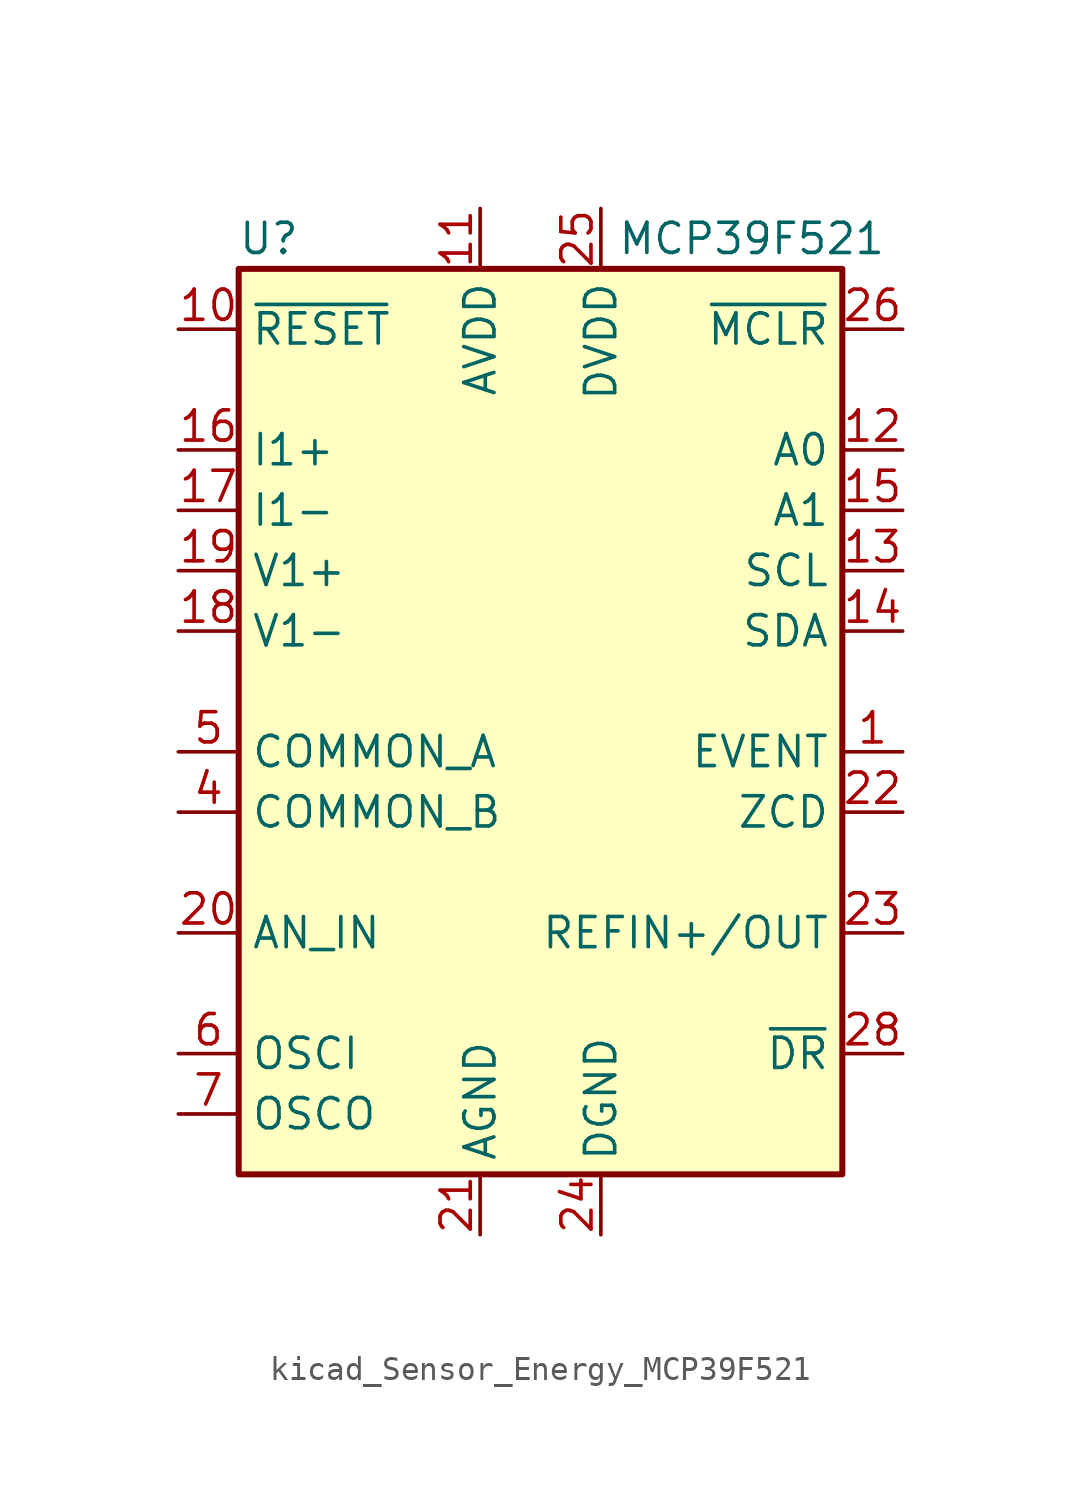
<source format=kicad_sym>
(kicad_symbol_lib
  (version 20220914)
  (generator kicad_symbol_editor)
  (symbol "kicad_Sensor_Energy_MCP39F521"
    (property "Reference" "U"
      (at -11.43 19.05 0)
      (effects (font (size 1.27 1.27))))
    (property "Value" "MCP39F521"
      (at 8.89 19.05 0)
      (effects (font (size 1.27 1.27))))
    (symbol "kicad_Sensor_Energy_MCP39F521_0_1"
      (rectangle (start -12.7 17.78) (end 12.7 -20.32) (stroke (width 0.254) (type default)) (fill (type background))))
    (symbol "kicad_Sensor_Energy_MCP39F521_1_1"
      (pin output line (at 15.24 -2.54 180) (length 2.54) (name "EVENT" (effects (font (size 1.27 1.27)))) (number "1" (effects (font (size 1.27 1.27)))))
      (pin input line (at -15.24 15.24 0) (length 2.54) (name "~{RESET}" (effects (font (size 1.27 1.27)))) (number "10" (effects (font (size 1.27 1.27)))))
      (pin power_in line (at -2.54 20.32 270) (length 2.54) (name "AVDD" (effects (font (size 1.27 1.27)))) (number "11" (effects (font (size 1.27 1.27)))))
      (pin input line (at 15.24 10.16 180) (length 2.54) (name "A0" (effects (font (size 1.27 1.27)))) (number "12" (effects (font (size 1.27 1.27)))))
      (pin input line (at 15.24 5.08 180) (length 2.54) (name "SCL" (effects (font (size 1.27 1.27)))) (number "13" (effects (font (size 1.27 1.27)))))
      (pin bidirectional line (at 15.24 2.54 180) (length 2.54) (name "SDA" (effects (font (size 1.27 1.27)))) (number "14" (effects (font (size 1.27 1.27)))))
      (pin input line (at 15.24 7.62 180) (length 2.54) (name "A1" (effects (font (size 1.27 1.27)))) (number "15" (effects (font (size 1.27 1.27)))))
      (pin input line (at -15.24 10.16 0) (length 2.54) (name "I1+" (effects (font (size 1.27 1.27)))) (number "16" (effects (font (size 1.27 1.27)))))
      (pin input line (at -15.24 7.62 0) (length 2.54) (name "I1-" (effects (font (size 1.27 1.27)))) (number "17" (effects (font (size 1.27 1.27)))))
      (pin input line (at -15.24 2.54 0) (length 2.54) (name "V1-" (effects (font (size 1.27 1.27)))) (number "18" (effects (font (size 1.27 1.27)))))
      (pin input line (at -15.24 5.08 0) (length 2.54) (name "V1+" (effects (font (size 1.27 1.27)))) (number "19" (effects (font (size 1.27 1.27)))))
      (pin no_connect line (at -12.7 12.7 0) (length 2.54) hide (name "NC" (effects (font (size 1.27 1.27)))) (number "2" (effects (font (size 1.27 1.27)))))
      (pin input line (at -15.24 -10.16 0) (length 2.54) (name "AN_IN" (effects (font (size 1.27 1.27)))) (number "20" (effects (font (size 1.27 1.27)))))
      (pin power_in line (at -2.54 -22.86 90) (length 2.54) (name "AGND" (effects (font (size 1.27 1.27)))) (number "21" (effects (font (size 1.27 1.27)))))
      (pin output line (at 15.24 -5.08 180) (length 2.54) (name "ZCD" (effects (font (size 1.27 1.27)))) (number "22" (effects (font (size 1.27 1.27)))))
      (pin bidirectional line (at 15.24 -10.16 180) (length 2.54) (name "REFIN+/OUT" (effects (font (size 1.27 1.27)))) (number "23" (effects (font (size 1.27 1.27)))))
      (pin power_in line (at 2.54 -22.86 90) (length 2.54) (name "DGND" (effects (font (size 1.27 1.27)))) (number "24" (effects (font (size 1.27 1.27)))))
      (pin power_in line (at 2.54 20.32 270) (length 2.54) (name "DVDD" (effects (font (size 1.27 1.27)))) (number "25" (effects (font (size 1.27 1.27)))))
      (pin input line (at 15.24 15.24 180) (length 2.54) (name "~{MCLR}" (effects (font (size 1.27 1.27)))) (number "26" (effects (font (size 1.27 1.27)))))
      (pin passive line (at 2.54 -22.86 90) (length 2.54) hide (name "DGND" (effects (font (size 1.27 1.27)))) (number "27" (effects (font (size 1.27 1.27)))))
      (pin output line (at 15.24 -15.24 180) (length 2.54) (name "~{DR}" (effects (font (size 1.27 1.27)))) (number "28" (effects (font (size 1.27 1.27)))))
      (pin passive line (at 2.54 -22.86 90) (length 2.54) hide (name "DGND" (effects (font (size 1.27 1.27)))) (number "29" (effects (font (size 1.27 1.27)))))
      (pin no_connect line (at -12.7 0 0) (length 2.54) hide (name "NC" (effects (font (size 1.27 1.27)))) (number "3" (effects (font (size 1.27 1.27)))))
      (pin passive line (at -15.24 -5.08 0) (length 2.54) (name "COMMON_B" (effects (font (size 1.27 1.27)))) (number "4" (effects (font (size 1.27 1.27)))))
      (pin passive line (at -15.24 -2.54 0) (length 2.54) (name "COMMON_A" (effects (font (size 1.27 1.27)))) (number "5" (effects (font (size 1.27 1.27)))))
      (pin input line (at -15.24 -15.24 0) (length 2.54) (name "OSCI" (effects (font (size 1.27 1.27)))) (number "6" (effects (font (size 1.27 1.27)))))
      (pin passive line (at -15.24 -17.78 0) (length 2.54) (name "OSCO" (effects (font (size 1.27 1.27)))) (number "7" (effects (font (size 1.27 1.27)))))
      (pin no_connect line (at 12.7 12.7 180) (length 2.54) hide (name "NC" (effects (font (size 1.27 1.27)))) (number "8" (effects (font (size 1.27 1.27)))))
      (pin no_connect line (at 12.7 0 180) (length 2.54) hide (name "NC" (effects (font (size 1.27 1.27)))) (number "9" (effects (font (size 1.27 1.27))))))))
</source>
